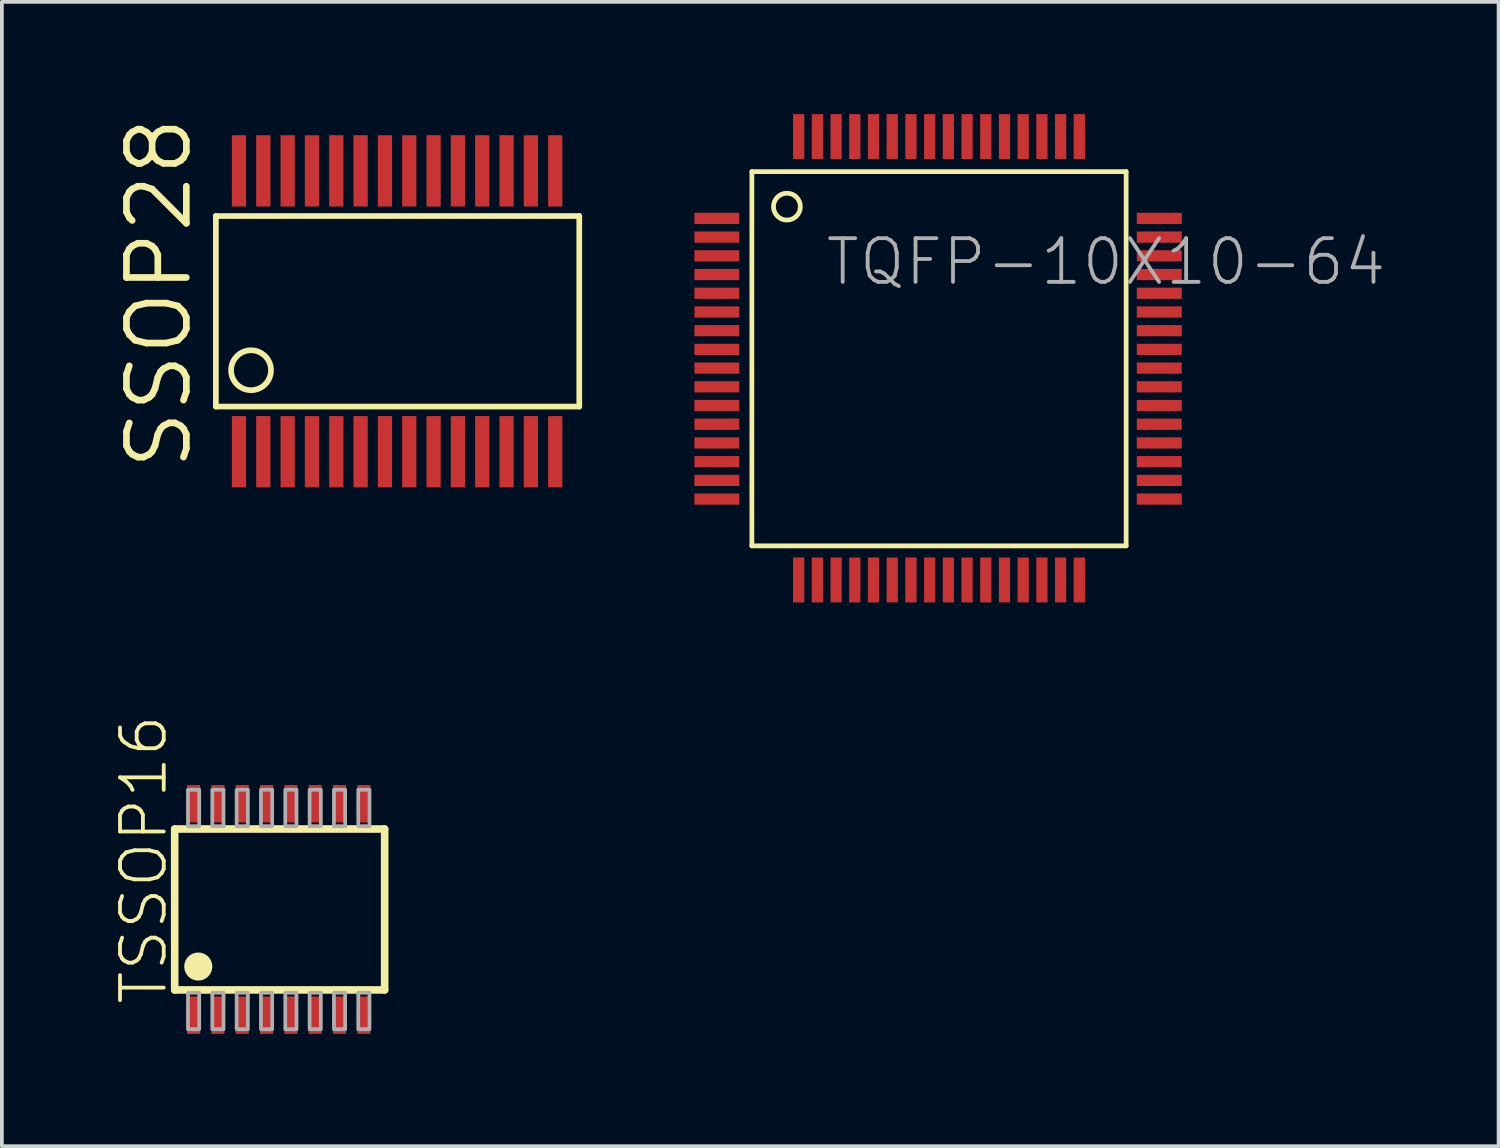
<source format=kicad_pcb>
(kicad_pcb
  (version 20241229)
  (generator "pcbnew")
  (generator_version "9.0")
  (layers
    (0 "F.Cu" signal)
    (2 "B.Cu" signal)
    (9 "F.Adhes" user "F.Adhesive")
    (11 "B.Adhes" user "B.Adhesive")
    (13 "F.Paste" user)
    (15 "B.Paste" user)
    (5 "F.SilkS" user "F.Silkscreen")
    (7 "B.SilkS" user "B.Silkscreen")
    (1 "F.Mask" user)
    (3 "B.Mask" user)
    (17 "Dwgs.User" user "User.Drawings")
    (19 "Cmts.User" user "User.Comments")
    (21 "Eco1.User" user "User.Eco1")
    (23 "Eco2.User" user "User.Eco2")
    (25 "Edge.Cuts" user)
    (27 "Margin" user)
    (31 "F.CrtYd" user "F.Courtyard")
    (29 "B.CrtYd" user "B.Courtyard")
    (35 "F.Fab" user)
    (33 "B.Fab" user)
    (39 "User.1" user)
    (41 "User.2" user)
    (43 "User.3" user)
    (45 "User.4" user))
  (footprint "TQFP-10X10-64"
    (layer "F.Cu")
    (at 22.041 6.536)
    (property "Reference" "TQFP-10X10-64" (at -3.086 -1.906 0) (layer "F.Fab") (effects (font (size 1.168 1.168) (thickness 0.102)) (justify left bottom)))
    (fp_line (start -5 -5) (end -5 5) (stroke (width 0.127) (type solid)) (layer "F.SilkS"))
    (fp_line (start -5 5) (end 5 5) (stroke (width 0.127) (type solid)) (layer "F.SilkS"))
    (fp_line (start 5 -5) (end -5 -5) (stroke (width 0.127) (type solid)) (layer "F.SilkS"))
    (fp_line (start 5 5) (end 5 -5) (stroke (width 0.127) (type solid)) (layer "F.SilkS"))
    (fp_circle (center -4.064 -4.064) (end -3.705 -4.064) (stroke (width 0.127) (type solid)) (fill no) (layer "F.SilkS"))
    (pad "1" smd rect (at -5.936 -3.75 270) (size 0.3 1.2) (layers "F.Cu" "F.Mask" "F.Paste"))
    (pad "2" smd rect (at -5.936 -3.25 270) (size 0.3 1.2) (layers "F.Cu" "F.Mask" "F.Paste"))
    (pad "3" smd rect (at -5.936 -2.75 270) (size 0.3 1.2) (layers "F.Cu" "F.Mask" "F.Paste"))
    (pad "4" smd rect (at -5.936 -2.25 270) (size 0.3 1.2) (layers "F.Cu" "F.Mask" "F.Paste"))
    (pad "5" smd rect (at -5.936 -1.75 270) (size 0.3 1.2) (layers "F.Cu" "F.Mask" "F.Paste"))
    (pad "6" smd rect (at -5.936 -1.25 270) (size 0.3 1.2) (layers "F.Cu" "F.Mask" "F.Paste"))
    (pad "7" smd rect (at -5.936 -0.75 270) (size 0.3 1.2) (layers "F.Cu" "F.Mask" "F.Paste"))
    (pad "8" smd rect (at -5.936 -0.25 270) (size 0.3 1.2) (layers "F.Cu" "F.Mask" "F.Paste"))
    (pad "9" smd rect (at -5.936 0.25 270) (size 0.3 1.2) (layers "F.Cu" "F.Mask" "F.Paste"))
    (pad "10" smd rect (at -5.936 0.75 270) (size 0.3 1.2) (layers "F.Cu" "F.Mask" "F.Paste"))
    (pad "11" smd rect (at -5.936 1.25 270) (size 0.3 1.2) (layers "F.Cu" "F.Mask" "F.Paste"))
    (pad "12" smd rect (at -5.936 1.75 270) (size 0.3 1.2) (layers "F.Cu" "F.Mask" "F.Paste"))
    (pad "13" smd rect (at -5.936 2.25 270) (size 0.3 1.2) (layers "F.Cu" "F.Mask" "F.Paste"))
    (pad "14" smd rect (at -5.936 2.75 270) (size 0.3 1.2) (layers "F.Cu" "F.Mask" "F.Paste"))
    (pad "15" smd rect (at -5.936 3.25 270) (size 0.3 1.2) (layers "F.Cu" "F.Mask" "F.Paste"))
    (pad "16" smd rect (at -5.936 3.75 270) (size 0.3 1.2) (layers "F.Cu" "F.Mask" "F.Paste"))
    (pad "17" smd rect (at -3.75 5.911) (size 0.3 1.2) (layers "F.Cu" "F.Mask" "F.Paste"))
    (pad "18" smd rect (at -3.25 5.911) (size 0.3 1.2) (layers "F.Cu" "F.Mask" "F.Paste"))
    (pad "19" smd rect (at -2.75 5.911) (size 0.3 1.2) (layers "F.Cu" "F.Mask" "F.Paste"))
    (pad "20" smd rect (at -2.25 5.911) (size 0.3 1.2) (layers "F.Cu" "F.Mask" "F.Paste"))
    (pad "21" smd rect (at -1.75 5.911) (size 0.3 1.2) (layers "F.Cu" "F.Mask" "F.Paste"))
    (pad "22" smd rect (at -1.25 5.911) (size 0.3 1.2) (layers "F.Cu" "F.Mask" "F.Paste"))
    (pad "23" smd rect (at -0.75 5.911) (size 0.3 1.2) (layers "F.Cu" "F.Mask" "F.Paste"))
    (pad "24" smd rect (at -0.25 5.911) (size 0.3 1.2) (layers "F.Cu" "F.Mask" "F.Paste"))
    (pad "25" smd rect (at 0.25 5.911) (size 0.3 1.2) (layers "F.Cu" "F.Mask" "F.Paste"))
    (pad "26" smd rect (at 0.75 5.911) (size 0.3 1.2) (layers "F.Cu" "F.Mask" "F.Paste"))
    (pad "27" smd rect (at 1.25 5.911) (size 0.3 1.2) (layers "F.Cu" "F.Mask" "F.Paste"))
    (pad "28" smd rect (at 1.75 5.911) (size 0.3 1.2) (layers "F.Cu" "F.Mask" "F.Paste"))
    (pad "29" smd rect (at 2.25 5.911) (size 0.3 1.2) (layers "F.Cu" "F.Mask" "F.Paste"))
    (pad "30" smd rect (at 2.75 5.911) (size 0.3 1.2) (layers "F.Cu" "F.Mask" "F.Paste"))
    (pad "31" smd rect (at 3.25 5.911) (size 0.3 1.2) (layers "F.Cu" "F.Mask" "F.Paste"))
    (pad "32" smd rect (at 3.75 5.911) (size 0.3 1.2) (layers "F.Cu" "F.Mask" "F.Paste"))
    (pad "33" smd rect (at 5.886 3.75 90) (size 0.3 1.2) (layers "F.Cu" "F.Mask" "F.Paste"))
    (pad "34" smd rect (at 5.886 3.25 90) (size 0.3 1.2) (layers "F.Cu" "F.Mask" "F.Paste"))
    (pad "35" smd rect (at 5.886 2.75 90) (size 0.3 1.2) (layers "F.Cu" "F.Mask" "F.Paste"))
    (pad "36" smd rect (at 5.886 2.25 90) (size 0.3 1.2) (layers "F.Cu" "F.Mask" "F.Paste"))
    (pad "37" smd rect (at 5.886 1.75 90) (size 0.3 1.2) (layers "F.Cu" "F.Mask" "F.Paste"))
    (pad "38" smd rect (at 5.886 1.25 90) (size 0.3 1.2) (layers "F.Cu" "F.Mask" "F.Paste"))
    (pad "39" smd rect (at 5.886 0.75 90) (size 0.3 1.2) (layers "F.Cu" "F.Mask" "F.Paste"))
    (pad "40" smd rect (at 5.886 0.25 90) (size 0.3 1.2) (layers "F.Cu" "F.Mask" "F.Paste"))
    (pad "41" smd rect (at 5.886 -0.25 90) (size 0.3 1.2) (layers "F.Cu" "F.Mask" "F.Paste"))
    (pad "42" smd rect (at 5.886 -0.75 90) (size 0.3 1.2) (layers "F.Cu" "F.Mask" "F.Paste"))
    (pad "43" smd rect (at 5.886 -1.25 90) (size 0.3 1.2) (layers "F.Cu" "F.Mask" "F.Paste"))
    (pad "44" smd rect (at 5.886 -1.75 90) (size 0.3 1.2) (layers "F.Cu" "F.Mask" "F.Paste"))
    (pad "45" smd rect (at 5.886 -2.25 90) (size 0.3 1.2) (layers "F.Cu" "F.Mask" "F.Paste"))
    (pad "46" smd rect (at 5.886 -2.75 90) (size 0.3 1.2) (layers "F.Cu" "F.Mask" "F.Paste"))
    (pad "47" smd rect (at 5.886 -3.25 90) (size 0.3 1.2) (layers "F.Cu" "F.Mask" "F.Paste"))
    (pad "48" smd rect (at 5.886 -3.75 90) (size 0.3 1.2) (layers "F.Cu" "F.Mask" "F.Paste"))
    (pad "49" smd rect (at 3.75 -5.936 180) (size 0.3 1.2) (layers "F.Cu" "F.Mask" "F.Paste"))
    (pad "50" smd rect (at 3.25 -5.936 180) (size 0.3 1.2) (layers "F.Cu" "F.Mask" "F.Paste"))
    (pad "51" smd rect (at 2.75 -5.936 180) (size 0.3 1.2) (layers "F.Cu" "F.Mask" "F.Paste"))
    (pad "52" smd rect (at 2.25 -5.936 180) (size 0.3 1.2) (layers "F.Cu" "F.Mask" "F.Paste"))
    (pad "53" smd rect (at 1.75 -5.936 180) (size 0.3 1.2) (layers "F.Cu" "F.Mask" "F.Paste"))
    (pad "54" smd rect (at 1.25 -5.936 180) (size 0.3 1.2) (layers "F.Cu" "F.Mask" "F.Paste"))
    (pad "55" smd rect (at 0.75 -5.936 180) (size 0.3 1.2) (layers "F.Cu" "F.Mask" "F.Paste"))
    (pad "56" smd rect (at 0.25 -5.936 180) (size 0.3 1.2) (layers "F.Cu" "F.Mask" "F.Paste"))
    (pad "57" smd rect (at -0.25 -5.936 180) (size 0.3 1.2) (layers "F.Cu" "F.Mask" "F.Paste"))
    (pad "58" smd rect (at -0.75 -5.936 180) (size 0.3 1.2) (layers "F.Cu" "F.Mask" "F.Paste"))
    (pad "59" smd rect (at -1.25 -5.936 180) (size 0.3 1.2) (layers "F.Cu" "F.Mask" "F.Paste"))
    (pad "60" smd rect (at -1.75 -5.936 180) (size 0.3 1.2) (layers "F.Cu" "F.Mask" "F.Paste"))
    (pad "61" smd rect (at -2.25 -5.936 180) (size 0.3 1.2) (layers "F.Cu" "F.Mask" "F.Paste"))
    (pad "62" smd rect (at -2.75 -5.936 180) (size 0.3 1.2) (layers "F.Cu" "F.Mask" "F.Paste"))
    (pad "63" smd rect (at -3.25 -5.936 180) (size 0.3 1.2) (layers "F.Cu" "F.Mask" "F.Paste"))
    (pad "64" smd rect (at -3.75 -5.936 180) (size 0.3 1.2) (layers "F.Cu" "F.Mask" "F.Paste")))
  (footprint "TSSOP16"
    (layer "F.Cu")
    (at 4.073 21.252)
    (property "Reference" "TSSOP16" (at -2.6 2.6 90) (layer "F.SilkS") (effects (font (size 1.168 1.168) (thickness 0.102)) (justify left bottom)))
    (fp_line (start -2.455 -2.15) (end 3.155 -2.15) (stroke (width 0.203) (type solid)) (layer "F.SilkS"))
    (fp_line (start -2.455 2.15) (end -2.455 -2.15) (stroke (width 0.203) (type solid)) (layer "F.SilkS"))
    (fp_line (start 3.155 -2.15) (end 3.155 2.15) (stroke (width 0.203) (type solid)) (layer "F.SilkS"))
    (fp_line (start 3.155 2.15) (end -2.455 2.15) (stroke (width 0.203) (type solid)) (layer "F.SilkS"))
    (fp_circle (center -1.825 1.525) (end -1.637 1.525) (stroke (width 0.375) (type solid)) (fill yes) (layer "F.SilkS"))
    (fp_poly (pts (xy -2.1 3.2) (xy -1.8 3.2) (xy -1.8 2.225) (xy -2.1 2.225)) (stroke (width 0.1) (type solid)) (fill no) (layer "F.Fab"))
    (fp_poly (pts (xy -1.8 -3.2) (xy -2.1 -3.2) (xy -2.1 -2.225) (xy -1.8 -2.225)) (stroke (width 0.1) (type solid)) (fill no) (layer "F.Fab"))
    (fp_poly (pts (xy -1.45 3.2) (xy -1.15 3.2) (xy -1.15 2.225) (xy -1.45 2.225)) (stroke (width 0.1) (type solid)) (fill no) (layer "F.Fab"))
    (fp_poly (pts (xy -1.15 -3.2) (xy -1.45 -3.2) (xy -1.45 -2.225) (xy -1.15 -2.225)) (stroke (width 0.1) (type solid)) (fill no) (layer "F.Fab"))
    (fp_poly (pts (xy -0.8 3.2) (xy -0.5 3.2) (xy -0.5 2.225) (xy -0.8 2.225)) (stroke (width 0.1) (type solid)) (fill no) (layer "F.Fab"))
    (fp_poly (pts (xy -0.5 -3.2) (xy -0.8 -3.2) (xy -0.8 -2.225) (xy -0.5 -2.225)) (stroke (width 0.1) (type solid)) (fill no) (layer "F.Fab"))
    (fp_poly (pts (xy -0.15 3.2) (xy 0.15 3.2) (xy 0.15 2.225) (xy -0.15 2.225)) (stroke (width 0.1) (type solid)) (fill no) (layer "F.Fab"))
    (fp_poly (pts (xy 0.15 -3.2) (xy -0.15 -3.2) (xy -0.15 -2.225) (xy 0.15 -2.225)) (stroke (width 0.1) (type solid)) (fill no) (layer "F.Fab"))
    (fp_poly (pts (xy 0.5 3.2) (xy 0.8 3.2) (xy 0.8 2.225) (xy 0.5 2.225)) (stroke (width 0.1) (type solid)) (fill no) (layer "F.Fab"))
    (fp_poly (pts (xy 0.8 -3.2) (xy 0.5 -3.2) (xy 0.5 -2.225) (xy 0.8 -2.225)) (stroke (width 0.1) (type solid)) (fill no) (layer "F.Fab"))
    (fp_poly (pts (xy 1.15 3.2) (xy 1.45 3.2) (xy 1.45 2.225) (xy 1.15 2.225)) (stroke (width 0.1) (type solid)) (fill no) (layer "F.Fab"))
    (fp_poly (pts (xy 1.45 -3.2) (xy 1.15 -3.2) (xy 1.15 -2.225) (xy 1.45 -2.225)) (stroke (width 0.1) (type solid)) (fill no) (layer "F.Fab"))
    (fp_poly (pts (xy 1.8 3.2) (xy 2.1 3.2) (xy 2.1 2.225) (xy 1.8 2.225)) (stroke (width 0.1) (type solid)) (fill no) (layer "F.Fab"))
    (fp_poly (pts (xy 2.1 -3.2) (xy 1.8 -3.2) (xy 1.8 -2.225) (xy 2.1 -2.225)) (stroke (width 0.1) (type solid)) (fill no) (layer "F.Fab"))
    (fp_poly (pts (xy 2.45 3.2) (xy 2.75 3.2) (xy 2.75 2.225) (xy 2.45 2.225)) (stroke (width 0.1) (type solid)) (fill no) (layer "F.Fab"))
    (fp_poly (pts (xy 2.75 -3.2) (xy 2.45 -3.2) (xy 2.45 -2.225) (xy 2.75 -2.225)) (stroke (width 0.1) (type solid)) (fill no) (layer "F.Fab"))
    (pad "1" smd rect (at -1.95 2.825) (size 0.35 1) (layers "F.Cu" "F.Mask" "F.Paste"))
    (pad "2" smd rect (at -1.3 2.825) (size 0.35 1) (layers "F.Cu" "F.Mask" "F.Paste"))
    (pad "3" smd rect (at -0.65 2.825) (size 0.35 1) (layers "F.Cu" "F.Mask" "F.Paste"))
    (pad "4" smd rect (at 0 2.825) (size 0.35 1) (layers "F.Cu" "F.Mask" "F.Paste"))
    (pad "5" smd rect (at 0.65 2.825) (size 0.35 1) (layers "F.Cu" "F.Mask" "F.Paste"))
    (pad "6" smd rect (at 1.3 2.825) (size 0.35 1) (layers "F.Cu" "F.Mask" "F.Paste"))
    (pad "7" smd rect (at 1.95 2.825) (size 0.35 1) (layers "F.Cu" "F.Mask" "F.Paste"))
    (pad "8" smd rect (at 2.6 2.825) (size 0.35 1) (layers "F.Cu" "F.Mask" "F.Paste"))
    (pad "9" smd rect (at 2.6 -2.825 180) (size 0.35 1) (layers "F.Cu" "F.Mask" "F.Paste"))
    (pad "10" smd rect (at 1.95 -2.825 180) (size 0.35 1) (layers "F.Cu" "F.Mask" "F.Paste"))
    (pad "11" smd rect (at 1.3 -2.825 180) (size 0.35 1) (layers "F.Cu" "F.Mask" "F.Paste"))
    (pad "12" smd rect (at 0.65 -2.825 180) (size 0.35 1) (layers "F.Cu" "F.Mask" "F.Paste"))
    (pad "13" smd rect (at 0 -2.825 180) (size 0.35 1) (layers "F.Cu" "F.Mask" "F.Paste"))
    (pad "14" smd rect (at -0.65 -2.825 180) (size 0.35 1) (layers "F.Cu" "F.Mask" "F.Paste"))
    (pad "15" smd rect (at -1.3 -2.825 180) (size 0.35 1) (layers "F.Cu" "F.Mask" "F.Paste"))
    (pad "16" smd rect (at -1.95 -2.825 180) (size 0.35 1) (layers "F.Cu" "F.Mask" "F.Paste")))
  (footprint "SSOP28"
    (layer "F.Cu")
    (at 7.886 5.268)
    (property "Reference" "SSOP28" (at -5.752 4.318 90) (layer "F.SilkS") (effects (font (size 1.6 1.6) (thickness 0.178)) (justify left bottom)))
    (fp_line (start -5.168 -2.546) (end -5.168 2.546) (stroke (width 0.152) (type solid)) (layer "F.SilkS"))
    (fp_line (start -5.168 2.546) (end 4.543 2.546) (stroke (width 0.152) (type solid)) (layer "F.SilkS"))
    (fp_line (start 4.543 -2.546) (end -5.168 -2.546) (stroke (width 0.152) (type solid)) (layer "F.SilkS"))
    (fp_line (start 4.543 2.546) (end 4.543 -2.546) (stroke (width 0.152) (type solid)) (layer "F.SilkS"))
    (fp_circle (center -4.228 1.575) (end -3.695 1.575) (stroke (width 0.152) (type solid)) (fill no) (layer "F.SilkS"))
    (pad "1" smd rect (at -4.55 3.752 90) (size 1.905 0.381) (layers "F.Cu" "F.Mask" "F.Paste"))
    (pad "2" smd rect (at -3.9 3.752 90) (size 1.905 0.381) (layers "F.Cu" "F.Mask" "F.Paste"))
    (pad "3" smd rect (at -3.25 3.752 90) (size 1.905 0.381) (layers "F.Cu" "F.Mask" "F.Paste"))
    (pad "4" smd rect (at -2.6 3.752 90) (size 1.905 0.381) (layers "F.Cu" "F.Mask" "F.Paste"))
    (pad "5" smd rect (at -1.95 3.752 90) (size 1.905 0.381) (layers "F.Cu" "F.Mask" "F.Paste"))
    (pad "6" smd rect (at -1.3 3.752 90) (size 1.905 0.381) (layers "F.Cu" "F.Mask" "F.Paste"))
    (pad "7" smd rect (at -0.65 3.752 90) (size 1.905 0.381) (layers "F.Cu" "F.Mask" "F.Paste"))
    (pad "8" smd rect (at 0 3.752 90) (size 1.905 0.381) (layers "F.Cu" "F.Mask" "F.Paste"))
    (pad "9" smd rect (at 0.65 3.752 90) (size 1.905 0.381) (layers "F.Cu" "F.Mask" "F.Paste"))
    (pad "10" smd rect (at 1.3 3.752 90) (size 1.905 0.381) (layers "F.Cu" "F.Mask" "F.Paste"))
    (pad "11" smd rect (at 1.95 3.752 90) (size 1.905 0.381) (layers "F.Cu" "F.Mask" "F.Paste"))
    (pad "12" smd rect (at 2.6 3.752 90) (size 1.905 0.381) (layers "F.Cu" "F.Mask" "F.Paste"))
    (pad "13" smd rect (at 3.25 3.752 90) (size 1.905 0.381) (layers "F.Cu" "F.Mask" "F.Paste"))
    (pad "14" smd rect (at 3.9 3.752 90) (size 1.905 0.381) (layers "F.Cu" "F.Mask" "F.Paste"))
    (pad "15" smd rect (at 3.9 -3.752 90) (size 1.905 0.381) (layers "F.Cu" "F.Mask" "F.Paste"))
    (pad "16" smd rect (at 3.25 -3.752 90) (size 1.905 0.381) (layers "F.Cu" "F.Mask" "F.Paste"))
    (pad "17" smd rect (at 2.6 -3.752 90) (size 1.905 0.381) (layers "F.Cu" "F.Mask" "F.Paste"))
    (pad "18" smd rect (at 1.95 -3.752 90) (size 1.905 0.381) (layers "F.Cu" "F.Mask" "F.Paste"))
    (pad "19" smd rect (at 1.3 -3.752 90) (size 1.905 0.381) (layers "F.Cu" "F.Mask" "F.Paste"))
    (pad "20" smd rect (at 0.65 -3.752 90) (size 1.905 0.381) (layers "F.Cu" "F.Mask" "F.Paste"))
    (pad "21" smd rect (at 0 -3.752 90) (size 1.905 0.381) (layers "F.Cu" "F.Mask" "F.Paste"))
    (pad "22" smd rect (at -0.65 -3.752 90) (size 1.905 0.381) (layers "F.Cu" "F.Mask" "F.Paste"))
    (pad "23" smd rect (at -1.3 -3.752 90) (size 1.905 0.381) (layers "F.Cu" "F.Mask" "F.Paste"))
    (pad "24" smd rect (at -1.95 -3.752 90) (size 1.905 0.381) (layers "F.Cu" "F.Mask" "F.Paste"))
    (pad "25" smd rect (at -2.6 -3.752 90) (size 1.905 0.381) (layers "F.Cu" "F.Mask" "F.Paste"))
    (pad "26" smd rect (at -3.25 -3.752 90) (size 1.905 0.381) (layers "F.Cu" "F.Mask" "F.Paste"))
    (pad "27" smd rect (at -3.9 -3.752 90) (size 1.905 0.381) (layers "F.Cu" "F.Mask" "F.Paste"))
    (pad "28" smd rect (at -4.55 -3.752 90) (size 1.905 0.381) (layers "F.Cu" "F.Mask" "F.Paste")))
  (gr_rect
    (start -3 -3)
    (end 36.993 27.577)
    (stroke (width 0.1) (type default))
    (fill no)
    (layer "Edge.Cuts")))
</source>
